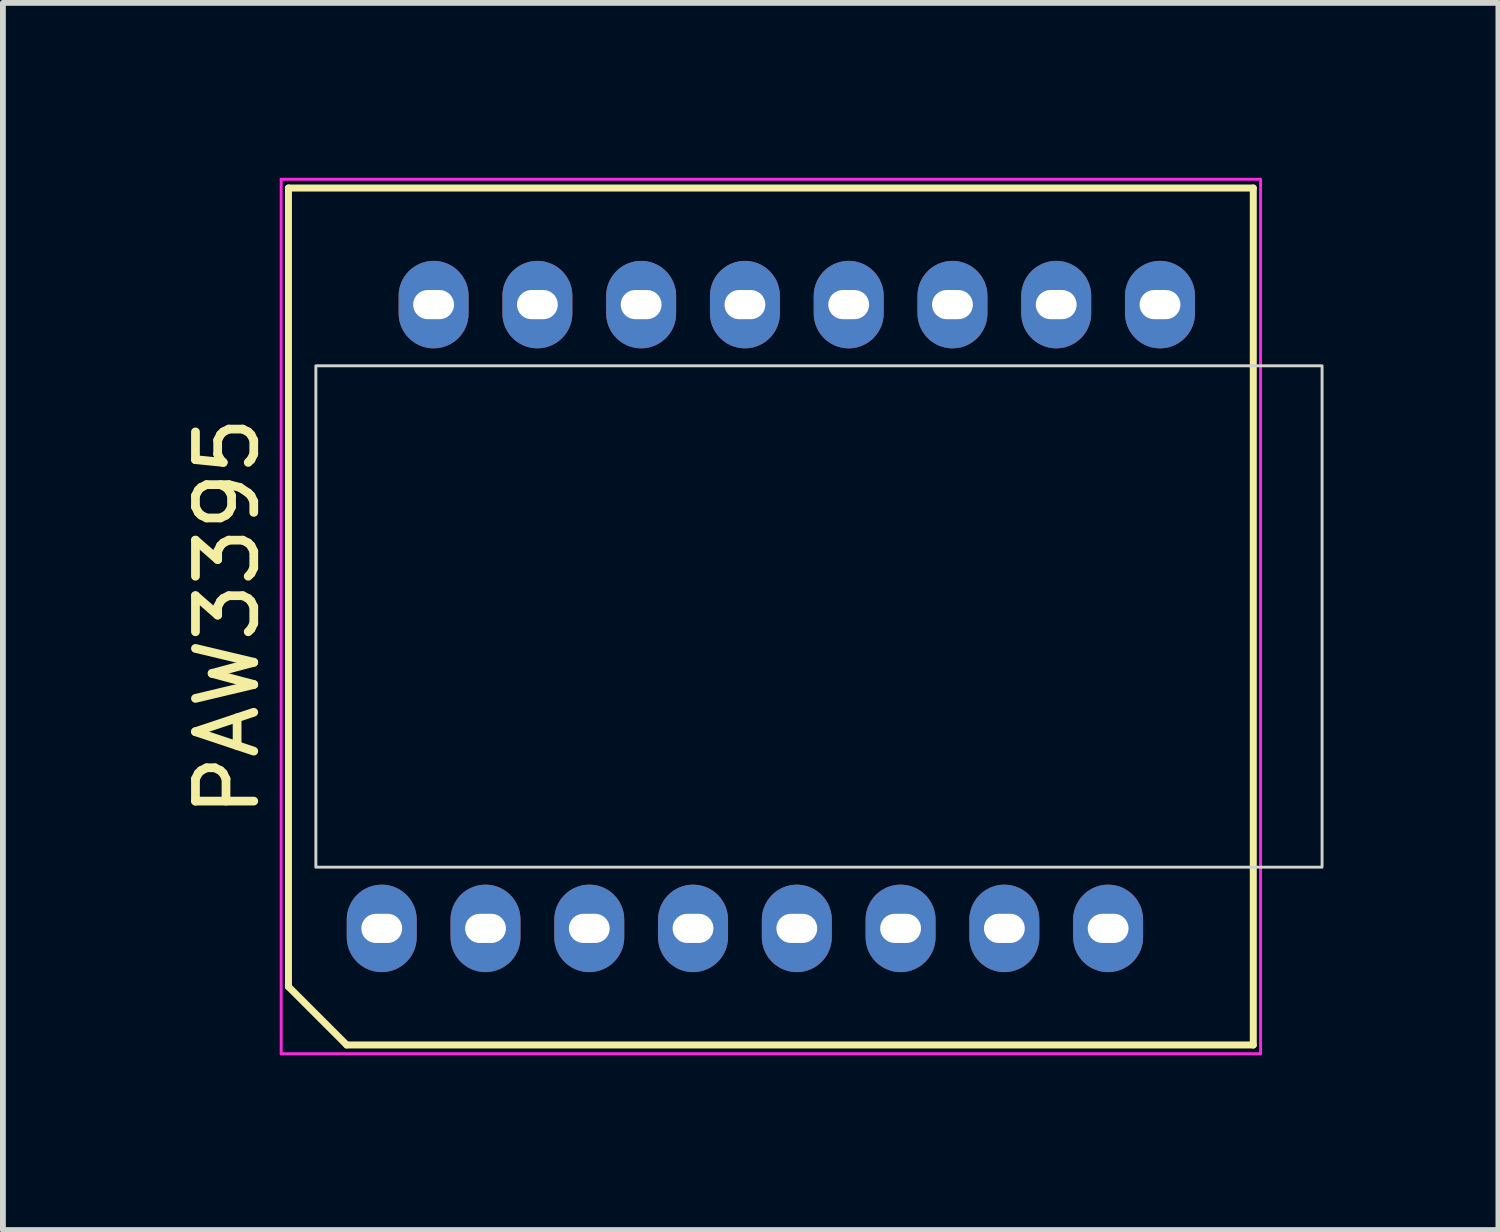
<source format=kicad_pcb>
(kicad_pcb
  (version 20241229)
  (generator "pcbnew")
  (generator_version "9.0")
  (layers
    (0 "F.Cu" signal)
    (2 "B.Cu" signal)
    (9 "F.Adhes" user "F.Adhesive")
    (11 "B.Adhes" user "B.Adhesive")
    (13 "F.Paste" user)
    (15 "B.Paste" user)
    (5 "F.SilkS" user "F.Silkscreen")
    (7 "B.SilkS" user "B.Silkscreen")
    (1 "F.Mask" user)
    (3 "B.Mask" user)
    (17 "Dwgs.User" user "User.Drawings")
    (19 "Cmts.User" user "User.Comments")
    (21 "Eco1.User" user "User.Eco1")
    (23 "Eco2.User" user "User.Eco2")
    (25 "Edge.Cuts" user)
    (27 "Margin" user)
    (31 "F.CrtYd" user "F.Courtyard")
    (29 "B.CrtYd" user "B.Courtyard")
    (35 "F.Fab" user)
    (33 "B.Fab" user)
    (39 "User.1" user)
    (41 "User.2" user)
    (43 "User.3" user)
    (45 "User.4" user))
  (footprint "PAW3395"
    (layer "F.Cu")
    (at 16.848 2.175)
    (property "Reference" "PAW3395" (at -16 5.35 90) (layer "F.SilkS") (effects (font (size 1 1) (thickness 0.15))))
    (attr through_hole)
    (fp_line (start -14.95 -2) (end 1.6 -2) (stroke (width 0.12) (type default)) (layer "F.SilkS"))
    (fp_line (start -14.95 11.7) (end -14.95 -2) (stroke (width 0.12) (type default)) (layer "F.SilkS"))
    (fp_line (start -13.95 12.7) (end -14.95 11.7) (stroke (width 0.12) (type default)) (layer "F.SilkS"))
    (fp_line (start 1.6 -2) (end 1.6 12.7) (stroke (width 0.12) (type default)) (layer "F.SilkS"))
    (fp_line (start 1.6 12.7) (end -13.95 12.7) (stroke (width 0.12) (type default)) (layer "F.SilkS"))
    (fp_rect (start -14.48 1.05) (end 2.78 9.65) (stroke (width 0.05) (type default)) (fill no) (layer "Edge.Cuts"))
    (fp_line (start -15.075 -2.15) (end 1.725 -2.15) (stroke (width 0.05) (type default)) (layer "F.CrtYd"))
    (fp_line (start -15.075 12.85) (end -15.075 -2.15) (stroke (width 0.05) (type default)) (layer "F.CrtYd"))
    (fp_line (start 1.725 -2.15) (end 1.725 12.85) (stroke (width 0.05) (type default)) (layer "F.CrtYd"))
    (fp_line (start 1.725 12.85) (end -15.075 12.85) (stroke (width 0.05) (type default)) (layer "F.CrtYd"))
    (pad "1" thru_hole oval (at -13.35 10.7) (size 1.2 1.5) (drill oval 0.7 0.5) (layers "*.Cu" "*.Mask"))
    (pad "2" thru_hole oval (at -11.57 10.7) (size 1.2 1.5) (drill oval 0.7 0.5) (layers "*.Cu" "*.Mask"))
    (pad "3" thru_hole oval (at -9.79 10.7) (size 1.2 1.5) (drill oval 0.7 0.5) (layers "*.Cu" "*.Mask"))
    (pad "4" thru_hole oval (at -8.01 10.7) (size 1.2 1.5) (drill oval 0.7 0.5) (layers "*.Cu" "*.Mask"))
    (pad "5" thru_hole oval (at -6.23 10.7) (size 1.2 1.5) (drill oval 0.7 0.5) (layers "*.Cu" "*.Mask"))
    (pad "6" thru_hole oval (at -4.45 10.7) (size 1.2 1.5) (drill oval 0.7 0.5) (layers "*.Cu" "*.Mask"))
    (pad "7" thru_hole oval (at -2.67 10.7) (size 1.2 1.5) (drill oval 0.7 0.5) (layers "*.Cu" "*.Mask"))
    (pad "8" thru_hole oval (at -0.89 10.7) (size 1.2 1.5) (drill oval 0.7 0.5) (layers "*.Cu" "*.Mask"))
    (pad "9" thru_hole oval (at 0 0) (size 1.2 1.5) (drill oval 0.7 0.5) (layers "*.Cu" "*.Mask"))
    (pad "10" thru_hole oval (at -1.78 0) (size 1.2 1.5) (drill oval 0.7 0.5) (layers "*.Cu" "*.Mask"))
    (pad "11" thru_hole oval (at -3.56 0) (size 1.2 1.5) (drill oval 0.7 0.5) (layers "*.Cu" "*.Mask"))
    (pad "12" thru_hole oval (at -5.34 0) (size 1.2 1.5) (drill oval 0.7 0.5) (layers "*.Cu" "*.Mask"))
    (pad "13" thru_hole oval (at -7.12 0) (size 1.2 1.5) (drill oval 0.7 0.5) (layers "*.Cu" "*.Mask"))
    (pad "14" thru_hole oval (at -8.9 0) (size 1.2 1.5) (drill oval 0.7 0.5) (layers "*.Cu" "*.Mask"))
    (pad "15" thru_hole oval (at -10.68 0) (size 1.2 1.5) (drill oval 0.7 0.5) (layers "*.Cu" "*.Mask"))
    (pad "16" thru_hole oval (at -12.46 0) (size 1.2 1.5) (drill oval 0.7 0.5) (layers "*.Cu" "*.Mask")))
  (gr_rect
    (start -3 -3)
    (end 22.653 18.05)
    (stroke (width 0.1) (type default))
    (fill no)
    (layer "Edge.Cuts")))
</source>
